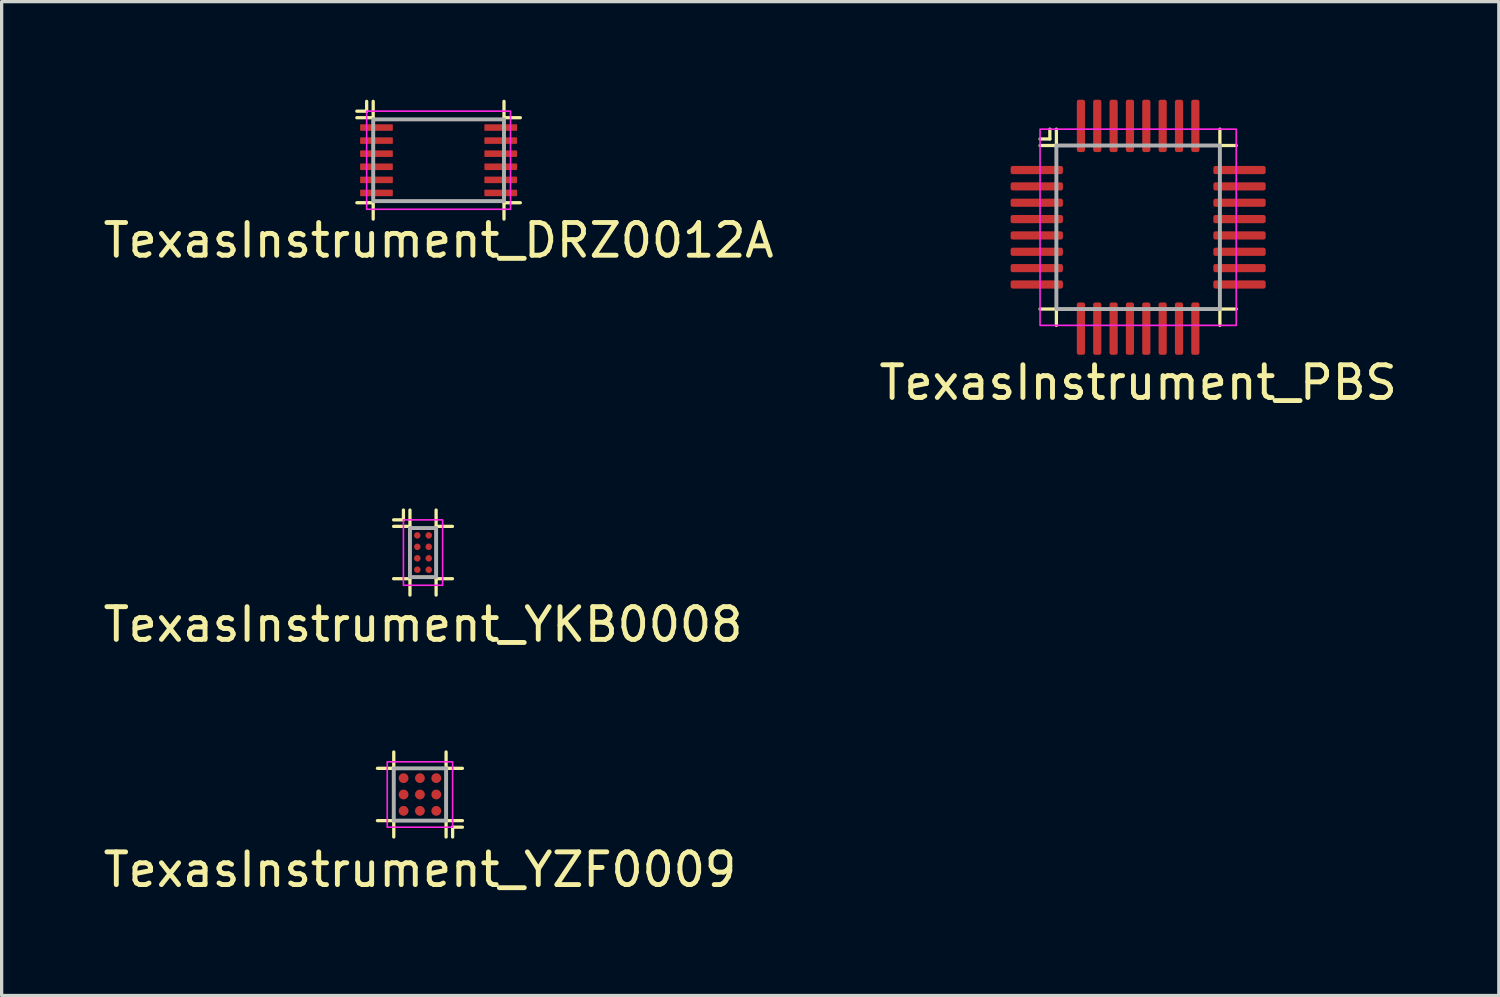
<source format=kicad_pcb>
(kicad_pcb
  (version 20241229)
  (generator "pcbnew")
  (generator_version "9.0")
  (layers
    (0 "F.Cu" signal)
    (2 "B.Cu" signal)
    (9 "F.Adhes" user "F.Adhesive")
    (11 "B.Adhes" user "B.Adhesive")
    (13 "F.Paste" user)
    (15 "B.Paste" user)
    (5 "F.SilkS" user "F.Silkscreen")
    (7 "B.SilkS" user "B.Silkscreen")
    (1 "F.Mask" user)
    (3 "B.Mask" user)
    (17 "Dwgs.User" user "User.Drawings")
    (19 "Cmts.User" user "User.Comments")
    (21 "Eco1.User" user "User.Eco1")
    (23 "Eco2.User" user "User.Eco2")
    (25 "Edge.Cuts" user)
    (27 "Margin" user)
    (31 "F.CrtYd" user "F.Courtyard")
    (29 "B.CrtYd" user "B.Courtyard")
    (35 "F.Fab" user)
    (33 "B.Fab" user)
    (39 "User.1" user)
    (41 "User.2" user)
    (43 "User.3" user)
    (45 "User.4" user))
  (footprint "TexasInstrument_YZF0009"
    (layer "F.Cu")
    (at 9.792 21.247)
    (property "Reference" "TexasInstrument_YZF0009" (at 0 2.3 0) (unlocked yes) (layer "F.SilkS") (effects (font (size 1 1) (thickness 0.15))))
    (attr smd)
    (fp_line (start -0.8 -0.8) (end -1.3 -0.8) (stroke (width 0.1) (type default)) (layer "F.SilkS"))
    (fp_line (start -0.8 -0.8) (end -0.8 -1.3) (stroke (width 0.1) (type default)) (layer "F.SilkS"))
    (fp_line (start -0.8 0.8) (end -1.3 0.8) (stroke (width 0.1) (type default)) (layer "F.SilkS"))
    (fp_line (start -0.8 0.8) (end -0.8 1.3) (stroke (width 0.1) (type default)) (layer "F.SilkS"))
    (fp_line (start 0.8 -0.8) (end 0.8 -1.3) (stroke (width 0.1) (type default)) (layer "F.SilkS"))
    (fp_line (start 0.8 -0.8) (end 1.3 -0.8) (stroke (width 0.1) (type default)) (layer "F.SilkS"))
    (fp_line (start 0.8 0.8) (end 0.8 1.3) (stroke (width 0.1) (type default)) (layer "F.SilkS"))
    (fp_line (start 0.8 0.8) (end 1.3 0.8) (stroke (width 0.1) (type default)) (layer "F.SilkS"))
    (fp_line (start 1 1) (end 1.3 1) (stroke (width 0.1) (type default)) (layer "F.SilkS"))
    (fp_line (start 1 1.3) (end 1 1) (stroke (width 0.1) (type default)) (layer "F.SilkS"))
    (fp_rect (start -1 -1) (end 1 1) (stroke (width 0.05) (type default)) (fill no) (layer "F.CrtYd"))
    (fp_rect (start -0.8 -0.8) (end 0.8 0.8) (stroke (width 0.12) (type solid)) (fill no) (layer "F.Fab"))
    (pad "A1" smd circle (at 0.5 0.5) (size 0.3 0.3) (layers "F.Cu" "F.Mask" "F.Paste"))
    (pad "A2" smd circle (at 0 0.5) (size 0.3 0.3) (layers "F.Cu" "F.Mask" "F.Paste"))
    (pad "A3" smd circle (at -0.5 0.5) (size 0.3 0.3) (layers "F.Cu" "F.Mask" "F.Paste"))
    (pad "B1" smd circle (at 0.5 0) (size 0.3 0.3) (layers "F.Cu" "F.Mask" "F.Paste"))
    (pad "B2" smd circle (at 0 0) (size 0.3 0.3) (layers "F.Cu" "F.Mask" "F.Paste"))
    (pad "B3" smd circle (at -0.5 0) (size 0.3 0.3) (layers "F.Cu" "F.Mask" "F.Paste"))
    (pad "C1" smd circle (at 0.5 -0.5) (size 0.3 0.3) (layers "F.Cu" "F.Mask" "F.Paste"))
    (pad "C2" smd circle (at 0 -0.5) (size 0.3 0.3) (layers "F.Cu" "F.Mask" "F.Paste"))
    (pad "C3" smd circle (at -0.5 -0.5) (size 0.3 0.3) (layers "F.Cu" "F.Mask" "F.Paste")))
  (footprint "TexasInstrument_PBS"
    (layer "F.Cu")
    (at 31.756 3.9)
    (property "Reference" "TexasInstrument_PBS" (at 0 4.75 0) (unlocked yes) (layer "F.SilkS") (effects (font (size 1 1) (thickness 0.15))))
    (attr smd)
    (fp_line (start -3 -2.7) (end -2.7 -2.7) (stroke (width 0.1) (type default)) (layer "F.SilkS"))
    (fp_line (start -2.7 -2.7) (end -2.7 -3) (stroke (width 0.1) (type default)) (layer "F.SilkS"))
    (fp_line (start -2.5 -2.5) (end -3 -2.5) (stroke (width 0.1) (type default)) (layer "F.SilkS"))
    (fp_line (start -2.5 -2.5) (end -2.5 -3) (stroke (width 0.1) (type default)) (layer "F.SilkS"))
    (fp_line (start -2.5 2.5) (end -3 2.5) (stroke (width 0.1) (type default)) (layer "F.SilkS"))
    (fp_line (start -2.5 2.5) (end -2.5 3) (stroke (width 0.1) (type default)) (layer "F.SilkS"))
    (fp_line (start 2.5 -2.5) (end 2.5 -3) (stroke (width 0.1) (type default)) (layer "F.SilkS"))
    (fp_line (start 2.5 -2.5) (end 3 -2.5) (stroke (width 0.1) (type default)) (layer "F.SilkS"))
    (fp_line (start 2.5 2.5) (end 2.5 3) (stroke (width 0.1) (type default)) (layer "F.SilkS"))
    (fp_line (start 2.5 2.5) (end 3 2.5) (stroke (width 0.1) (type default)) (layer "F.SilkS"))
    (fp_rect (start -3 -3) (end 3 3) (stroke (width 0.05) (type default)) (fill no) (layer "F.CrtYd"))
    (fp_rect (start -2.5 -2.5) (end 2.5 2.5) (stroke (width 0.12) (type solid)) (fill no) (layer "F.Fab"))
    (pad "1" smd roundrect (at -3.1 -1.75) (size 1.6 0.25) (layers "F.Cu" "F.Mask" "F.Paste") (roundrect_rratio 0.25))
    (pad "2" smd roundrect (at -3.1 -1.25) (size 1.6 0.25) (layers "F.Cu" "F.Mask" "F.Paste") (roundrect_rratio 0.25))
    (pad "3" smd roundrect (at -3.1 -0.75) (size 1.6 0.25) (layers "F.Cu" "F.Mask" "F.Paste") (roundrect_rratio 0.25))
    (pad "4" smd roundrect (at -3.1 -0.25) (size 1.6 0.25) (layers "F.Cu" "F.Mask" "F.Paste") (roundrect_rratio 0.25))
    (pad "5" smd roundrect (at -3.1 0.25) (size 1.6 0.25) (layers "F.Cu" "F.Mask" "F.Paste") (roundrect_rratio 0.25))
    (pad "6" smd roundrect (at -3.1 0.75) (size 1.6 0.25) (layers "F.Cu" "F.Mask" "F.Paste") (roundrect_rratio 0.25))
    (pad "7" smd roundrect (at -3.1 1.25) (size 1.6 0.25) (layers "F.Cu" "F.Mask" "F.Paste") (roundrect_rratio 0.25))
    (pad "8" smd roundrect (at -3.1 1.75) (size 1.6 0.25) (layers "F.Cu" "F.Mask" "F.Paste") (roundrect_rratio 0.25))
    (pad "9" smd roundrect (at -1.75 3.1 90) (size 1.6 0.25) (layers "F.Cu" "F.Mask" "F.Paste") (roundrect_rratio 0.25))
    (pad "10" smd roundrect (at -1.25 3.1 90) (size 1.6 0.25) (layers "F.Cu" "F.Mask" "F.Paste") (roundrect_rratio 0.25))
    (pad "11" smd roundrect (at -0.75 3.1 90) (size 1.6 0.25) (layers "F.Cu" "F.Mask" "F.Paste") (roundrect_rratio 0.25))
    (pad "12" smd roundrect (at -0.25 3.1 90) (size 1.6 0.25) (layers "F.Cu" "F.Mask" "F.Paste") (roundrect_rratio 0.25))
    (pad "13" smd roundrect (at 0.25 3.1 90) (size 1.6 0.25) (layers "F.Cu" "F.Mask" "F.Paste") (roundrect_rratio 0.25))
    (pad "14" smd roundrect (at 0.75 3.1 90) (size 1.6 0.25) (layers "F.Cu" "F.Mask" "F.Paste") (roundrect_rratio 0.25))
    (pad "15" smd roundrect (at 1.25 3.1 90) (size 1.6 0.25) (layers "F.Cu" "F.Mask" "F.Paste") (roundrect_rratio 0.25))
    (pad "16" smd roundrect (at 1.75 3.1 90) (size 1.6 0.25) (layers "F.Cu" "F.Mask" "F.Paste") (roundrect_rratio 0.25))
    (pad "17" smd roundrect (at 3.1 1.75) (size 1.6 0.25) (layers "F.Cu" "F.Mask" "F.Paste") (roundrect_rratio 0.25))
    (pad "18" smd roundrect (at 3.1 1.25) (size 1.6 0.25) (layers "F.Cu" "F.Mask" "F.Paste") (roundrect_rratio 0.25))
    (pad "19" smd roundrect (at 3.1 0.75) (size 1.6 0.25) (layers "F.Cu" "F.Mask" "F.Paste") (roundrect_rratio 0.25))
    (pad "20" smd roundrect (at 3.1 0.25) (size 1.6 0.25) (layers "F.Cu" "F.Mask" "F.Paste") (roundrect_rratio 0.25))
    (pad "21" smd roundrect (at 3.1 -0.25) (size 1.6 0.25) (layers "F.Cu" "F.Mask" "F.Paste") (roundrect_rratio 0.25))
    (pad "22" smd roundrect (at 3.1 -0.75) (size 1.6 0.25) (layers "F.Cu" "F.Mask" "F.Paste") (roundrect_rratio 0.25))
    (pad "23" smd roundrect (at 3.1 -1.25) (size 1.6 0.25) (layers "F.Cu" "F.Mask" "F.Paste") (roundrect_rratio 0.25))
    (pad "24" smd roundrect (at 3.1 -1.75) (size 1.6 0.25) (layers "F.Cu" "F.Mask" "F.Paste") (roundrect_rratio 0.25))
    (pad "25" smd roundrect (at 1.75 -3.1 90) (size 1.6 0.25) (layers "F.Cu" "F.Mask" "F.Paste") (roundrect_rratio 0.25))
    (pad "26" smd roundrect (at 1.25 -3.1 90) (size 1.6 0.25) (layers "F.Cu" "F.Mask" "F.Paste") (roundrect_rratio 0.25))
    (pad "27" smd roundrect (at 0.75 -3.1 90) (size 1.6 0.25) (layers "F.Cu" "F.Mask" "F.Paste") (roundrect_rratio 0.25))
    (pad "28" smd roundrect (at 0.25 -3.1 90) (size 1.6 0.25) (layers "F.Cu" "F.Mask" "F.Paste") (roundrect_rratio 0.25))
    (pad "29" smd roundrect (at -0.25 -3.1 90) (size 1.6 0.25) (layers "F.Cu" "F.Mask" "F.Paste") (roundrect_rratio 0.25))
    (pad "30" smd roundrect (at -0.75 -3.1 90) (size 1.6 0.25) (layers "F.Cu" "F.Mask" "F.Paste") (roundrect_rratio 0.25))
    (pad "31" smd roundrect (at -1.25 -3.1 90) (size 1.6 0.25) (layers "F.Cu" "F.Mask" "F.Paste") (roundrect_rratio 0.25))
    (pad "32" smd roundrect (at -1.75 -3.1 90) (size 1.6 0.25) (layers "F.Cu" "F.Mask" "F.Paste") (roundrect_rratio 0.25)))
  (footprint "TexasInstrument_DRZ0012A"
    (layer "F.Cu")
    (at 10.363 1.85)
    (property "Reference" "TexasInstrument_DRZ0012A" (at 0 2.45 0) (unlocked yes) (layer "F.SilkS") (effects (font (size 1 1) (thickness 0.15))))
    (attr smd)
    (fp_line (start -2.5 -1.5) (end -2.2 -1.5) (stroke (width 0.1) (type default)) (layer "F.SilkS"))
    (fp_line (start -2.2 -1.5) (end -2.2 -1.8) (stroke (width 0.1) (type default)) (layer "F.SilkS"))
    (fp_line (start -2 -1.3) (end -2.5 -1.3) (stroke (width 0.1) (type default)) (layer "F.SilkS"))
    (fp_line (start -2 -1.3) (end -2 -1.8) (stroke (width 0.1) (type default)) (layer "F.SilkS"))
    (fp_line (start -2 1.3) (end -2.5 1.3) (stroke (width 0.1) (type default)) (layer "F.SilkS"))
    (fp_line (start -2 1.3) (end -2 1.8) (stroke (width 0.1) (type default)) (layer "F.SilkS"))
    (fp_line (start 2 -1.3) (end 2 -1.8) (stroke (width 0.1) (type default)) (layer "F.SilkS"))
    (fp_line (start 2 -1.3) (end 2.5 -1.3) (stroke (width 0.1) (type default)) (layer "F.SilkS"))
    (fp_line (start 2 1.3) (end 2 1.8) (stroke (width 0.1) (type default)) (layer "F.SilkS"))
    (fp_line (start 2 1.3) (end 2.5 1.3) (stroke (width 0.1) (type default)) (layer "F.SilkS"))
    (fp_rect (start -2.2 -1.5) (end 2.2 1.5) (stroke (width 0.05) (type default)) (fill no) (layer "F.CrtYd"))
    (fp_rect (start 2 -1.25) (end -2 1.25) (stroke (width 0.12) (type solid)) (fill no) (layer "F.Fab"))
    (pad "1" smd roundrect (at -1.9 -1) (size 1 0.2) (layers "F.Cu" "F.Mask" "F.Paste") (roundrect_rratio 0.1))
    (pad "2" smd roundrect (at -1.9 -0.6) (size 1 0.2) (layers "F.Cu" "F.Mask" "F.Paste") (roundrect_rratio 0.1))
    (pad "3" smd roundrect (at -1.9 -0.2) (size 1 0.2) (layers "F.Cu" "F.Mask" "F.Paste") (roundrect_rratio 0.1))
    (pad "4" smd roundrect (at -1.9 0.2) (size 1 0.2) (layers "F.Cu" "F.Mask" "F.Paste") (roundrect_rratio 0.1))
    (pad "5" smd roundrect (at -1.9 0.6) (size 1 0.2) (layers "F.Cu" "F.Mask" "F.Paste") (roundrect_rratio 0.1))
    (pad "6" smd roundrect (at -1.9 1) (size 1 0.2) (layers "F.Cu" "F.Mask" "F.Paste") (roundrect_rratio 0.1))
    (pad "7" smd roundrect (at 1.9 1) (size 1 0.2) (layers "F.Cu" "F.Mask" "F.Paste") (roundrect_rratio 0.1))
    (pad "8" smd roundrect (at 1.9 0.6) (size 1 0.2) (layers "F.Cu" "F.Mask" "F.Paste") (roundrect_rratio 0.1))
    (pad "9" smd roundrect (at 1.9 0.2) (size 1 0.2) (layers "F.Cu" "F.Mask" "F.Paste") (roundrect_rratio 0.1))
    (pad "10" smd roundrect (at 1.9 -0.2) (size 1 0.2) (layers "F.Cu" "F.Mask" "F.Paste") (roundrect_rratio 0.1))
    (pad "11" smd roundrect (at 1.9 -0.6) (size 1 0.2) (layers "F.Cu" "F.Mask" "F.Paste") (roundrect_rratio 0.1))
    (pad "12" smd roundrect (at 1.9 -1) (size 1 0.2) (layers "F.Cu" "F.Mask" "F.Paste") (roundrect_rratio 0.1)))
  (footprint "TexasInstrument_YKB0008"
    (layer "F.Cu")
    (at 9.887 13.848)
    (property "Reference" "TexasInstrument_YKB0008" (at 0 2.2 0) (unlocked yes) (layer "F.SilkS") (effects (font (size 1 1) (thickness 0.15))))
    (attr smd)
    (fp_line (start -0.6 -1) (end -0.9 -1) (stroke (width 0.1) (type default)) (layer "F.SilkS"))
    (fp_line (start -0.6 -1) (end -0.6 -1.3) (stroke (width 0.1) (type default)) (layer "F.SilkS"))
    (fp_line (start -0.4 -0.8) (end -0.9 -0.8) (stroke (width 0.1) (type default)) (layer "F.SilkS"))
    (fp_line (start -0.4 -0.8) (end -0.4 -1.3) (stroke (width 0.1) (type default)) (layer "F.SilkS"))
    (fp_line (start -0.4 0.8) (end -0.9 0.8) (stroke (width 0.1) (type default)) (layer "F.SilkS"))
    (fp_line (start -0.4 0.8) (end -0.4 1.3) (stroke (width 0.1) (type default)) (layer "F.SilkS"))
    (fp_line (start 0.4 -0.8) (end 0.4 -1.3) (stroke (width 0.1) (type default)) (layer "F.SilkS"))
    (fp_line (start 0.4 -0.8) (end 0.9 -0.8) (stroke (width 0.1) (type default)) (layer "F.SilkS"))
    (fp_line (start 0.4 0.8) (end 0.4 1.3) (stroke (width 0.1) (type default)) (layer "F.SilkS"))
    (fp_line (start 0.4 0.8) (end 0.9 0.8) (stroke (width 0.1) (type default)) (layer "F.SilkS"))
    (fp_rect (start -0.6 -1) (end 0.6 1) (stroke (width 0.05) (type default)) (fill no) (layer "F.CrtYd"))
    (fp_rect (start -0.4 -0.75) (end 0.4 0.75) (stroke (width 0.12) (type solid)) (fill no) (layer "F.Fab"))
    (pad "A1" smd circle (at -0.175 -0.525) (size 0.2 0.2) (layers "F.Cu" "F.Mask" "F.Paste"))
    (pad "A2" smd circle (at 0.175 -0.525) (size 0.2 0.2) (layers "F.Cu" "F.Mask" "F.Paste"))
    (pad "B1" smd circle (at -0.175 -0.175) (size 0.2 0.2) (layers "F.Cu" "F.Mask" "F.Paste"))
    (pad "B2" smd circle (at 0.175 -0.175) (size 0.2 0.2) (layers "F.Cu" "F.Mask" "F.Paste"))
    (pad "C1" smd circle (at -0.175 0.175) (size 0.2 0.2) (layers "F.Cu" "F.Mask" "F.Paste"))
    (pad "C2" smd circle (at 0.175 0.175) (size 0.2 0.2) (layers "F.Cu" "F.Mask" "F.Paste"))
    (pad "D1" smd circle (at -0.175 0.525) (size 0.2 0.2) (layers "F.Cu" "F.Mask" "F.Paste"))
    (pad "D2" smd circle (at 0.175 0.525) (size 0.2 0.2) (layers "F.Cu" "F.Mask" "F.Paste")))
  (gr_rect
    (start -3 -3)
    (end 42.786 27.395)
    (stroke (width 0.1) (type default))
    (fill no)
    (layer "Edge.Cuts")))
</source>
